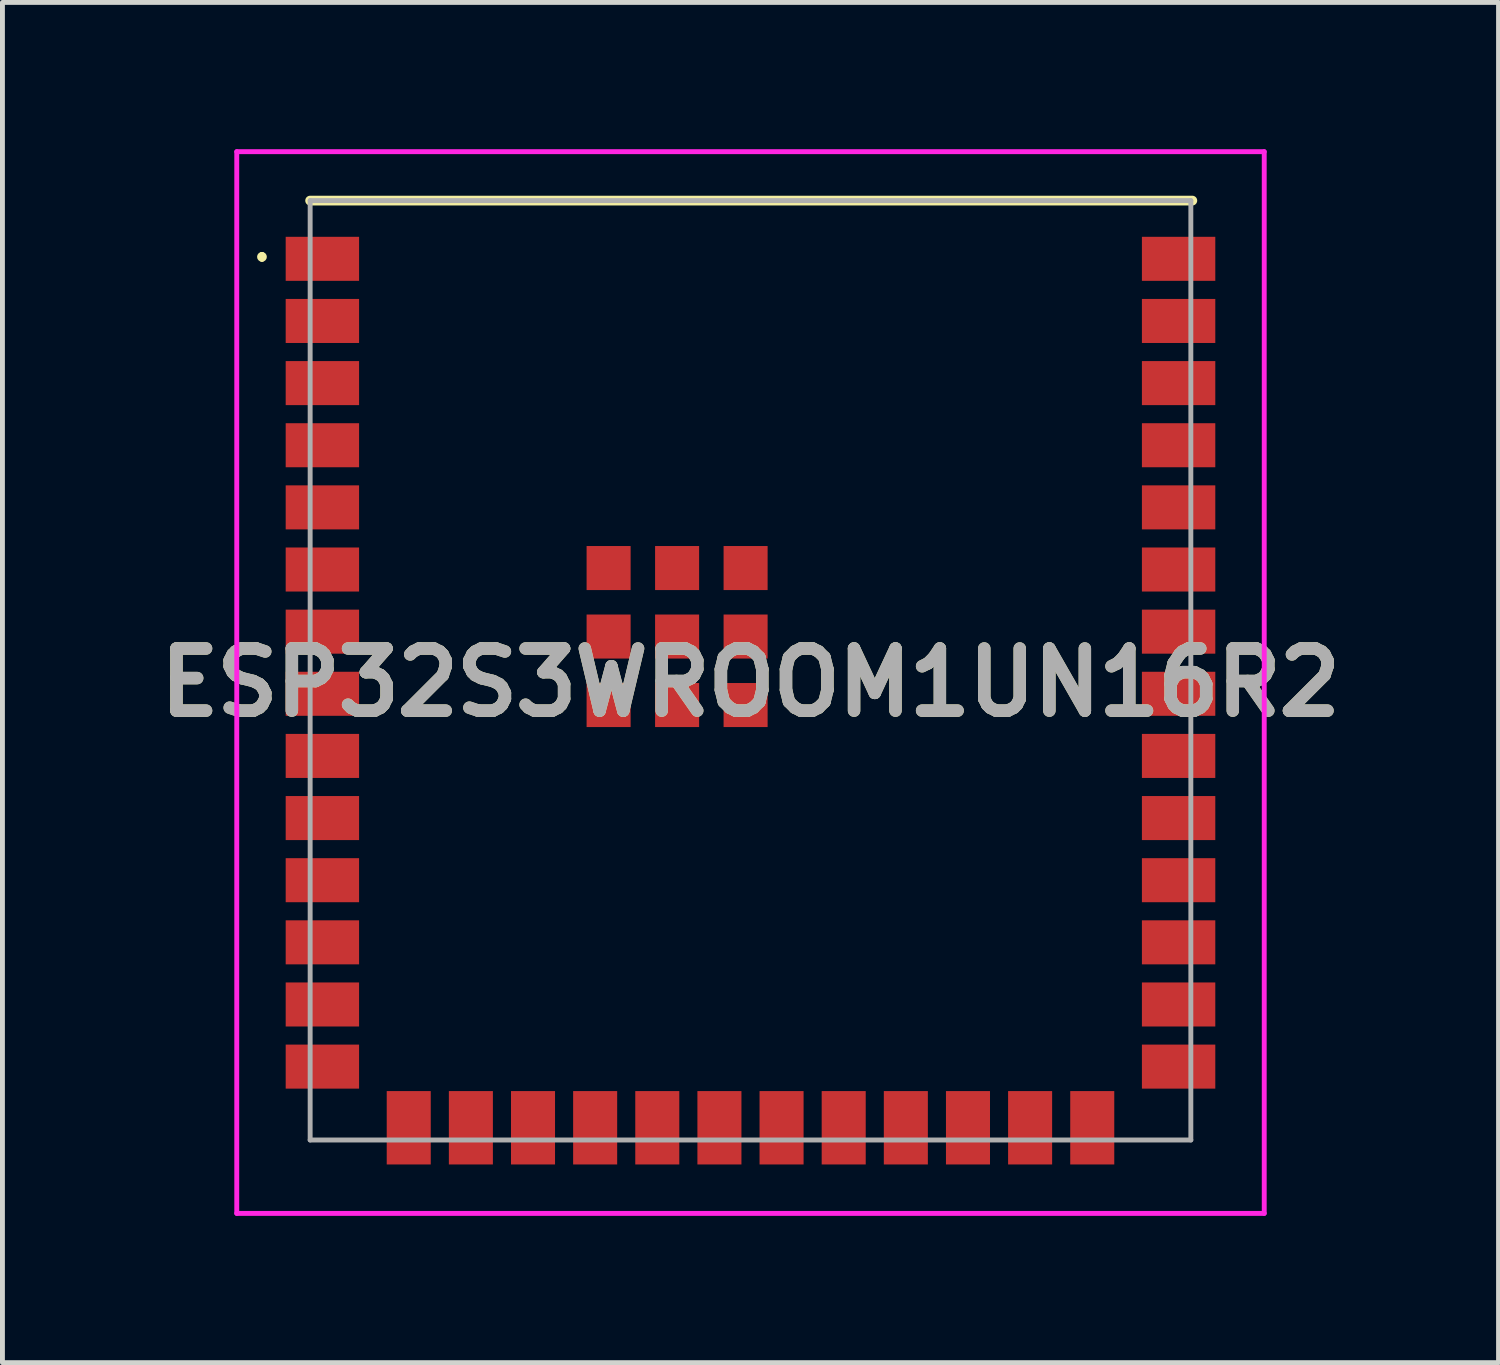
<source format=kicad_pcb>
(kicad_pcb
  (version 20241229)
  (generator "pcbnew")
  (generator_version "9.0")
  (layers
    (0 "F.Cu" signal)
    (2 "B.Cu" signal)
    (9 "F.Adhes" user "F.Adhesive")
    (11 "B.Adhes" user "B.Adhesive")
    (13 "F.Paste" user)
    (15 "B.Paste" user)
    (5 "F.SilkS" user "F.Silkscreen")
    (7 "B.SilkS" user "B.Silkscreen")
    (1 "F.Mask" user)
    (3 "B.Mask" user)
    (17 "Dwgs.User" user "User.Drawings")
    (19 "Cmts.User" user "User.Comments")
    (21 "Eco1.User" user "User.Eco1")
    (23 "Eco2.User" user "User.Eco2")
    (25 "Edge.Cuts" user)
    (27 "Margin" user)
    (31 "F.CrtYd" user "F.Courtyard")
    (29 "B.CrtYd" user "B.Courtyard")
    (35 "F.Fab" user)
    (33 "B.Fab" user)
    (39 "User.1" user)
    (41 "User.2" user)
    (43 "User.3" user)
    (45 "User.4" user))
  (footprint "ESP32S3WROOM1UN16R2"
    (layer "F.Cu")
    (at 12.289 10.65)
    (property "Reference" "ESP32S3WROOM1UN16R2" (at 0 0.25 0) (layer "F.SilkS") (effects (font (size 1.27 1.27) (thickness 0.254))))
    (attr smd)
    (fp_line (start -9.985 -8.5) (end -9.985 -8.5) (stroke (width 0.1) (type solid)) (layer "F.SilkS"))
    (fp_line (start -9.985 -8.4) (end -9.985 -8.4) (stroke (width 0.1) (type solid)) (layer "F.SilkS"))
    (fp_line (start -9 -9.6) (end 9.03 -9.6) (stroke (width 0.2) (type solid)) (layer "F.SilkS"))
    (fp_arc (start -9.985 -8.5) (mid -9.935 -8.45) (end -9.985 -8.4) (stroke (width 0.1) (type solid)) (layer "F.SilkS"))
    (fp_arc (start -9.985 -8.4) (mid -10.035 -8.45) (end -9.985 -8.5) (stroke (width 0.1) (type solid)) (layer "F.SilkS"))
    (fp_line (start -10.5 -10.6) (end 10.5 -10.6) (stroke (width 0.1) (type solid)) (layer "F.CrtYd"))
    (fp_line (start -10.5 11.1) (end -10.5 -10.6) (stroke (width 0.1) (type solid)) (layer "F.CrtYd"))
    (fp_line (start 10.5 -10.6) (end 10.5 11.1) (stroke (width 0.1) (type solid)) (layer "F.CrtYd"))
    (fp_line (start 10.5 11.1) (end -10.5 11.1) (stroke (width 0.1) (type solid)) (layer "F.CrtYd"))
    (fp_line (start -9 -9.6) (end 9 -9.6) (stroke (width 0.1) (type solid)) (layer "F.Fab"))
    (fp_line (start -9 9.6) (end -9 -9.6) (stroke (width 0.1) (type solid)) (layer "F.Fab"))
    (fp_line (start 9 -9.6) (end 9 9.6) (stroke (width 0.1) (type solid)) (layer "F.Fab"))
    (fp_line (start 9 9.6) (end -9 9.6) (stroke (width 0.1) (type solid)) (layer "F.Fab"))
    (fp_text user "${REFERENCE}" (at 0 0.25 0) (layer "F.Fab") (effects (font (size 1.27 1.27) (thickness 0.254))))
    (pad "1" smd rect (at -8.75 -8.41 90) (size 0.9 1.5) (layers "F.Cu" "F.Mask" "F.Paste"))
    (pad "2" smd rect (at -8.75 -7.14 90) (size 0.9 1.5) (layers "F.Cu" "F.Mask" "F.Paste"))
    (pad "3" smd rect (at -8.75 -5.87 90) (size 0.9 1.5) (layers "F.Cu" "F.Mask" "F.Paste"))
    (pad "4" smd rect (at -8.75 -4.6 90) (size 0.9 1.5) (layers "F.Cu" "F.Mask" "F.Paste"))
    (pad "5" smd rect (at -8.75 -3.33 90) (size 0.9 1.5) (layers "F.Cu" "F.Mask" "F.Paste"))
    (pad "6" smd rect (at -8.75 -2.06 90) (size 0.9 1.5) (layers "F.Cu" "F.Mask" "F.Paste"))
    (pad "7" smd rect (at -8.75 -0.79 90) (size 0.9 1.5) (layers "F.Cu" "F.Mask" "F.Paste"))
    (pad "8" smd rect (at -8.75 0.48 90) (size 0.9 1.5) (layers "F.Cu" "F.Mask" "F.Paste"))
    (pad "9" smd rect (at -8.75 1.75 90) (size 0.9 1.5) (layers "F.Cu" "F.Mask" "F.Paste"))
    (pad "10" smd rect (at -8.75 3.02 90) (size 0.9 1.5) (layers "F.Cu" "F.Mask" "F.Paste"))
    (pad "11" smd rect (at -8.75 4.29 90) (size 0.9 1.5) (layers "F.Cu" "F.Mask" "F.Paste"))
    (pad "12" smd rect (at -8.75 5.56 90) (size 0.9 1.5) (layers "F.Cu" "F.Mask" "F.Paste"))
    (pad "13" smd rect (at -8.75 6.83 90) (size 0.9 1.5) (layers "F.Cu" "F.Mask" "F.Paste"))
    (pad "14" smd rect (at -8.75 8.1 90) (size 0.9 1.5) (layers "F.Cu" "F.Mask" "F.Paste"))
    (pad "15" smd rect (at -6.985 9.35) (size 0.9 1.5) (layers "F.Cu" "F.Mask" "F.Paste"))
    (pad "16" smd rect (at -5.715 9.35) (size 0.9 1.5) (layers "F.Cu" "F.Mask" "F.Paste"))
    (pad "17" smd rect (at -4.445 9.35) (size 0.9 1.5) (layers "F.Cu" "F.Mask" "F.Paste"))
    (pad "18" smd rect (at -3.175 9.35) (size 0.9 1.5) (layers "F.Cu" "F.Mask" "F.Paste"))
    (pad "19" smd rect (at -1.905 9.35) (size 0.9 1.5) (layers "F.Cu" "F.Mask" "F.Paste"))
    (pad "20" smd rect (at -0.635 9.35) (size 0.9 1.5) (layers "F.Cu" "F.Mask" "F.Paste"))
    (pad "21" smd rect (at 0.635 9.35) (size 0.9 1.5) (layers "F.Cu" "F.Mask" "F.Paste"))
    (pad "22" smd rect (at 1.905 9.35) (size 0.9 1.5) (layers "F.Cu" "F.Mask" "F.Paste"))
    (pad "23" smd rect (at 3.175 9.35) (size 0.9 1.5) (layers "F.Cu" "F.Mask" "F.Paste"))
    (pad "24" smd rect (at 4.445 9.35) (size 0.9 1.5) (layers "F.Cu" "F.Mask" "F.Paste"))
    (pad "25" smd rect (at 5.715 9.35) (size 0.9 1.5) (layers "F.Cu" "F.Mask" "F.Paste"))
    (pad "26" smd rect (at 6.985 9.35) (size 0.9 1.5) (layers "F.Cu" "F.Mask" "F.Paste"))
    (pad "27" smd rect (at 8.75 8.1 90) (size 0.9 1.5) (layers "F.Cu" "F.Mask" "F.Paste"))
    (pad "28" smd rect (at 8.75 6.83 90) (size 0.9 1.5) (layers "F.Cu" "F.Mask" "F.Paste"))
    (pad "29" smd rect (at 8.75 5.56 90) (size 0.9 1.5) (layers "F.Cu" "F.Mask" "F.Paste"))
    (pad "30" smd rect (at 8.75 4.29 90) (size 0.9 1.5) (layers "F.Cu" "F.Mask" "F.Paste"))
    (pad "31" smd rect (at 8.75 3.02 90) (size 0.9 1.5) (layers "F.Cu" "F.Mask" "F.Paste"))
    (pad "32" smd rect (at 8.75 1.75 90) (size 0.9 1.5) (layers "F.Cu" "F.Mask" "F.Paste"))
    (pad "33" smd rect (at 8.75 0.48 90) (size 0.9 1.5) (layers "F.Cu" "F.Mask" "F.Paste"))
    (pad "34" smd rect (at 8.75 -0.79 90) (size 0.9 1.5) (layers "F.Cu" "F.Mask" "F.Paste"))
    (pad "35" smd rect (at 8.75 -2.06 90) (size 0.9 1.5) (layers "F.Cu" "F.Mask" "F.Paste"))
    (pad "36" smd rect (at 8.75 -3.33 90) (size 0.9 1.5) (layers "F.Cu" "F.Mask" "F.Paste"))
    (pad "37" smd rect (at 8.75 -4.6 90) (size 0.9 1.5) (layers "F.Cu" "F.Mask" "F.Paste"))
    (pad "38" smd rect (at 8.75 -5.87 90) (size 0.9 1.5) (layers "F.Cu" "F.Mask" "F.Paste"))
    (pad "39" smd rect (at 8.75 -7.14 90) (size 0.9 1.5) (layers "F.Cu" "F.Mask" "F.Paste"))
    (pad "40" smd rect (at 8.75 -8.41 90) (size 0.9 1.5) (layers "F.Cu" "F.Mask" "F.Paste"))
    (pad "41" smd rect (at -1.5 -0.69) (size 0.9 0.9) (layers "F.Cu" "F.Mask" "F.Paste"))
    (pad "42" smd rect (at -1.5 -2.09) (size 0.9 0.9) (layers "F.Cu" "F.Mask" "F.Paste"))
    (pad "43" smd rect (at -2.9 -2.09) (size 0.9 0.9) (layers "F.Cu" "F.Mask" "F.Paste"))
    (pad "44" smd rect (at -2.9 -0.69) (size 0.9 0.9) (layers "F.Cu" "F.Mask" "F.Paste"))
    (pad "45" smd rect (at -2.9 0.71) (size 0.9 0.9) (layers "F.Cu" "F.Mask" "F.Paste"))
    (pad "46" smd rect (at -1.5 0.71) (size 0.9 0.9) (layers "F.Cu" "F.Mask" "F.Paste"))
    (pad "47" smd rect (at -0.1 0.71) (size 0.9 0.9) (layers "F.Cu" "F.Mask" "F.Paste"))
    (pad "48" smd rect (at -0.1 -0.69) (size 0.9 0.9) (layers "F.Cu" "F.Mask" "F.Paste"))
    (pad "49" smd rect (at -0.1 -2.09) (size 0.9 0.9) (layers "F.Cu" "F.Mask" "F.Paste")))
  (gr_rect
    (start -3 -3)
    (end 27.578 24.8)
    (stroke (width 0.1) (type default))
    (fill no)
    (layer "Edge.Cuts")))
</source>
